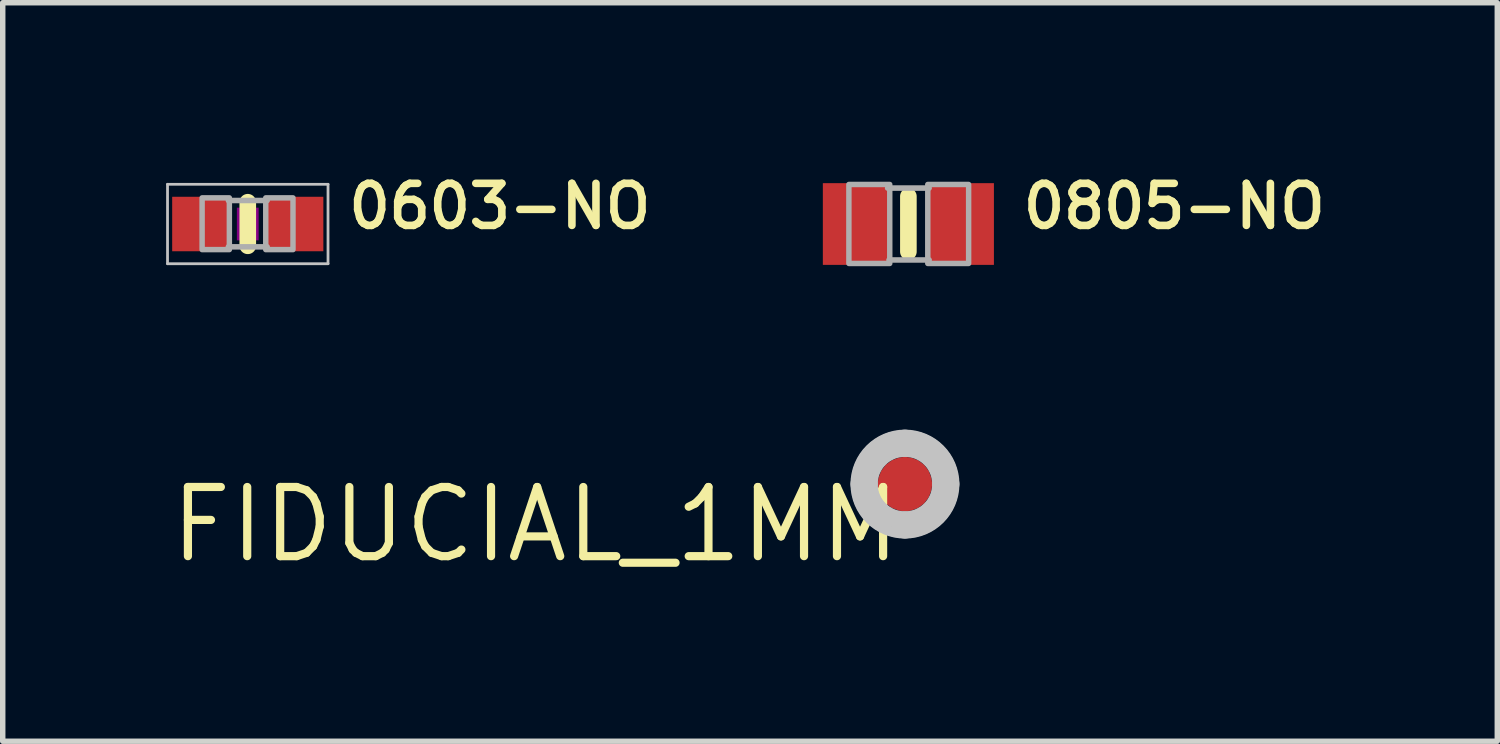
<source format=kicad_pcb>
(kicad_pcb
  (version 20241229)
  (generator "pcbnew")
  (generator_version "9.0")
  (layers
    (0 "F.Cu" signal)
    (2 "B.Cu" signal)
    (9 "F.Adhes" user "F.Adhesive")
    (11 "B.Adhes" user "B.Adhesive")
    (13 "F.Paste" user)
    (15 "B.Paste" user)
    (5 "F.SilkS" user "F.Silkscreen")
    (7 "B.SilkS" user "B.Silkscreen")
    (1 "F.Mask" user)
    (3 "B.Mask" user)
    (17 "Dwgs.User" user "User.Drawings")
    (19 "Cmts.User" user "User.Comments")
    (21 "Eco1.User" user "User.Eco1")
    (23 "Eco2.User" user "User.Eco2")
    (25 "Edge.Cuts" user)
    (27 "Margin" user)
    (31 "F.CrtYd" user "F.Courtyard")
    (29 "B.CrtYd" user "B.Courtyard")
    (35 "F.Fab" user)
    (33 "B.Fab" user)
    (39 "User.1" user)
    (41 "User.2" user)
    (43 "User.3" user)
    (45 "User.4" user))
  (footprint "0603-NO"
    (layer "F.Cu")
    (at 1.498 1.062)
    (property "Reference" "0603-NO" (at 1.778 0.127 180) (layer "F.SilkS") (effects (font (size 0.772 0.772) (thickness 0.139)) (justify left bottom)))
    (attr through_hole)
    (fp_line (start 0 -0.4) (end 0 0.4) (stroke (width 0.305) (type solid)) (layer "F.SilkS"))
    (fp_poly (pts (xy -0.2 0.3) (xy 0.2 0.3) (xy 0.2 -0.3) (xy -0.2 -0.3)) (stroke (width 0) (type solid)) (fill yes) (layer "F.Adhes"))
    (fp_line (start -1.473 -0.729) (end 1.473 -0.729) (stroke (width 0.051) (type solid)) (layer "Dwgs.User"))
    (fp_line (start -1.473 0.729) (end -1.473 -0.729) (stroke (width 0.051) (type solid)) (layer "Dwgs.User"))
    (fp_line (start 1.473 -0.729) (end 1.473 0.729) (stroke (width 0.051) (type solid)) (layer "Dwgs.User"))
    (fp_line (start 1.473 0.729) (end -1.473 0.729) (stroke (width 0.051) (type solid)) (layer "Dwgs.User"))
    (fp_line (start -0.356 -0.432) (end 0.356 -0.432) (stroke (width 0.102) (type solid)) (layer "F.Fab"))
    (fp_line (start -0.356 0.419) (end 0.356 0.419) (stroke (width 0.102) (type solid)) (layer "F.Fab"))
    (fp_poly (pts (xy -0.838 0.47) (xy -0.338 0.47) (xy -0.338 -0.48) (xy -0.838 -0.48)) (stroke (width 0.1) (type solid)) (fill no) (layer "F.Fab"))
    (fp_poly (pts (xy 0.33 0.47) (xy 0.83 0.47) (xy 0.83 -0.48) (xy 0.33 -0.48)) (stroke (width 0.1) (type solid)) (fill no) (layer "F.Fab"))
    (pad "1" smd rect (at -0.85 0) (size 1.075 1) (layers "F.Cu" "F.Mask" "F.Paste"))
    (pad "2" smd rect (at 0.85 0) (size 1.075 1) (layers "F.Cu" "F.Mask" "F.Paste")))
  (footprint "FIDUCIAL_1MM"
    (layer "F.Cu")
    (at 13.561 5.836)
    (property "Reference" "FIDUCIAL_1MM" (at 0 0 0) (layer "F.SilkS") (effects (font (size 1.27 1.27) (thickness 0.15)) (justify right top)))
    (attr through_hole)
    (fp_arc (start -0.75 0) (mid -0.53033 -0.53033) (end 0 -0.75) (stroke (width 0.4699) (type solid)) (layer "F.Mask"))
    (fp_arc (start 0 -0.75) (mid 0.53033 -0.53033) (end 0.75 0) (stroke (width 0.4699) (type solid)) (layer "F.Mask"))
    (fp_arc (start 0 0.75) (mid -0.53033 0.53033) (end -0.75 0) (stroke (width 0.4699) (type solid)) (layer "F.Mask"))
    (fp_arc (start 0.75 0) (mid 0.53033 0.53033) (end 0 0.75) (stroke (width 0.4699) (type solid)) (layer "F.Mask"))
    (fp_arc (start -0.75 0) (mid -0.53033 -0.53033) (end 0 -0.75) (stroke (width 0.4826) (type solid)) (layer "Dwgs.User"))
    (fp_arc (start -0.75 0) (mid -0.53033 -0.53033) (end 0 -0.75) (stroke (width 0.5) (type solid)) (layer "Dwgs.User"))
    (fp_arc (start 0 -0.75) (mid 0.53033 -0.53033) (end 0.75 0) (stroke (width 0.4826) (type solid)) (layer "Dwgs.User"))
    (fp_arc (start 0 -0.75) (mid 0.53033 -0.53033) (end 0.75 0) (stroke (width 0.5) (type solid)) (layer "Dwgs.User"))
    (fp_arc (start 0 0.75) (mid -0.53033 0.53033) (end -0.75 0) (stroke (width 0.4826) (type solid)) (layer "Dwgs.User"))
    (fp_arc (start 0 0.75) (mid -0.53033 0.53033) (end -0.75 0) (stroke (width 0.5) (type solid)) (layer "Dwgs.User"))
    (fp_arc (start 0.75 0) (mid 0.53033 0.53033) (end 0 0.75) (stroke (width 0.4826) (type solid)) (layer "Dwgs.User"))
    (fp_arc (start 0.75 0) (mid 0.53033 0.53033) (end 0 0.75) (stroke (width 0.5) (type solid)) (layer "Dwgs.User"))
    (pad "1" smd roundrect (at 0 0) (size 1 1) (layers "F.Cu" "F.Mask") (roundrect_rratio 0.5)))
  (footprint "0805-NO"
    (layer "F.Cu")
    (at 13.624 1.062)
    (property "Reference" "0805-NO" (at 2.032 0.127 0) (layer "F.SilkS") (effects (font (size 0.772 0.772) (thickness 0.139)) (justify left bottom)))
    (attr through_hole)
    (fp_line (start 0 -0.508) (end 0 0.508) (stroke (width 0.305) (type solid)) (layer "F.SilkS"))
    (fp_line (start -0.381 -0.66) (end 0.381 -0.66) (stroke (width 0.102) (type solid)) (layer "F.Fab"))
    (fp_line (start -0.356 0.66) (end 0.381 0.66) (stroke (width 0.102) (type solid)) (layer "F.Fab"))
    (fp_poly (pts (xy -1.092 0.724) (xy -0.342 0.724) (xy -0.342 -0.726) (xy -1.092 -0.726)) (stroke (width 0.1) (type solid)) (fill no) (layer "F.Fab"))
    (fp_poly (pts (xy 0.356 0.724) (xy 1.106 0.724) (xy 1.106 -0.726) (xy 0.356 -0.726)) (stroke (width 0.1) (type solid)) (fill no) (layer "F.Fab"))
    (pad "1" smd rect (at -0.95 0) (size 1.24 1.5) (layers "F.Cu" "F.Mask" "F.Paste"))
    (pad "2" smd rect (at 0.95 0) (size 1.24 1.5) (layers "F.Cu" "F.Mask" "F.Paste")))
  (gr_rect
    (start -3 -3)
    (end 24.434 10.556)
    (stroke (width 0.1) (type default))
    (fill no)
    (layer "Edge.Cuts")))
</source>
